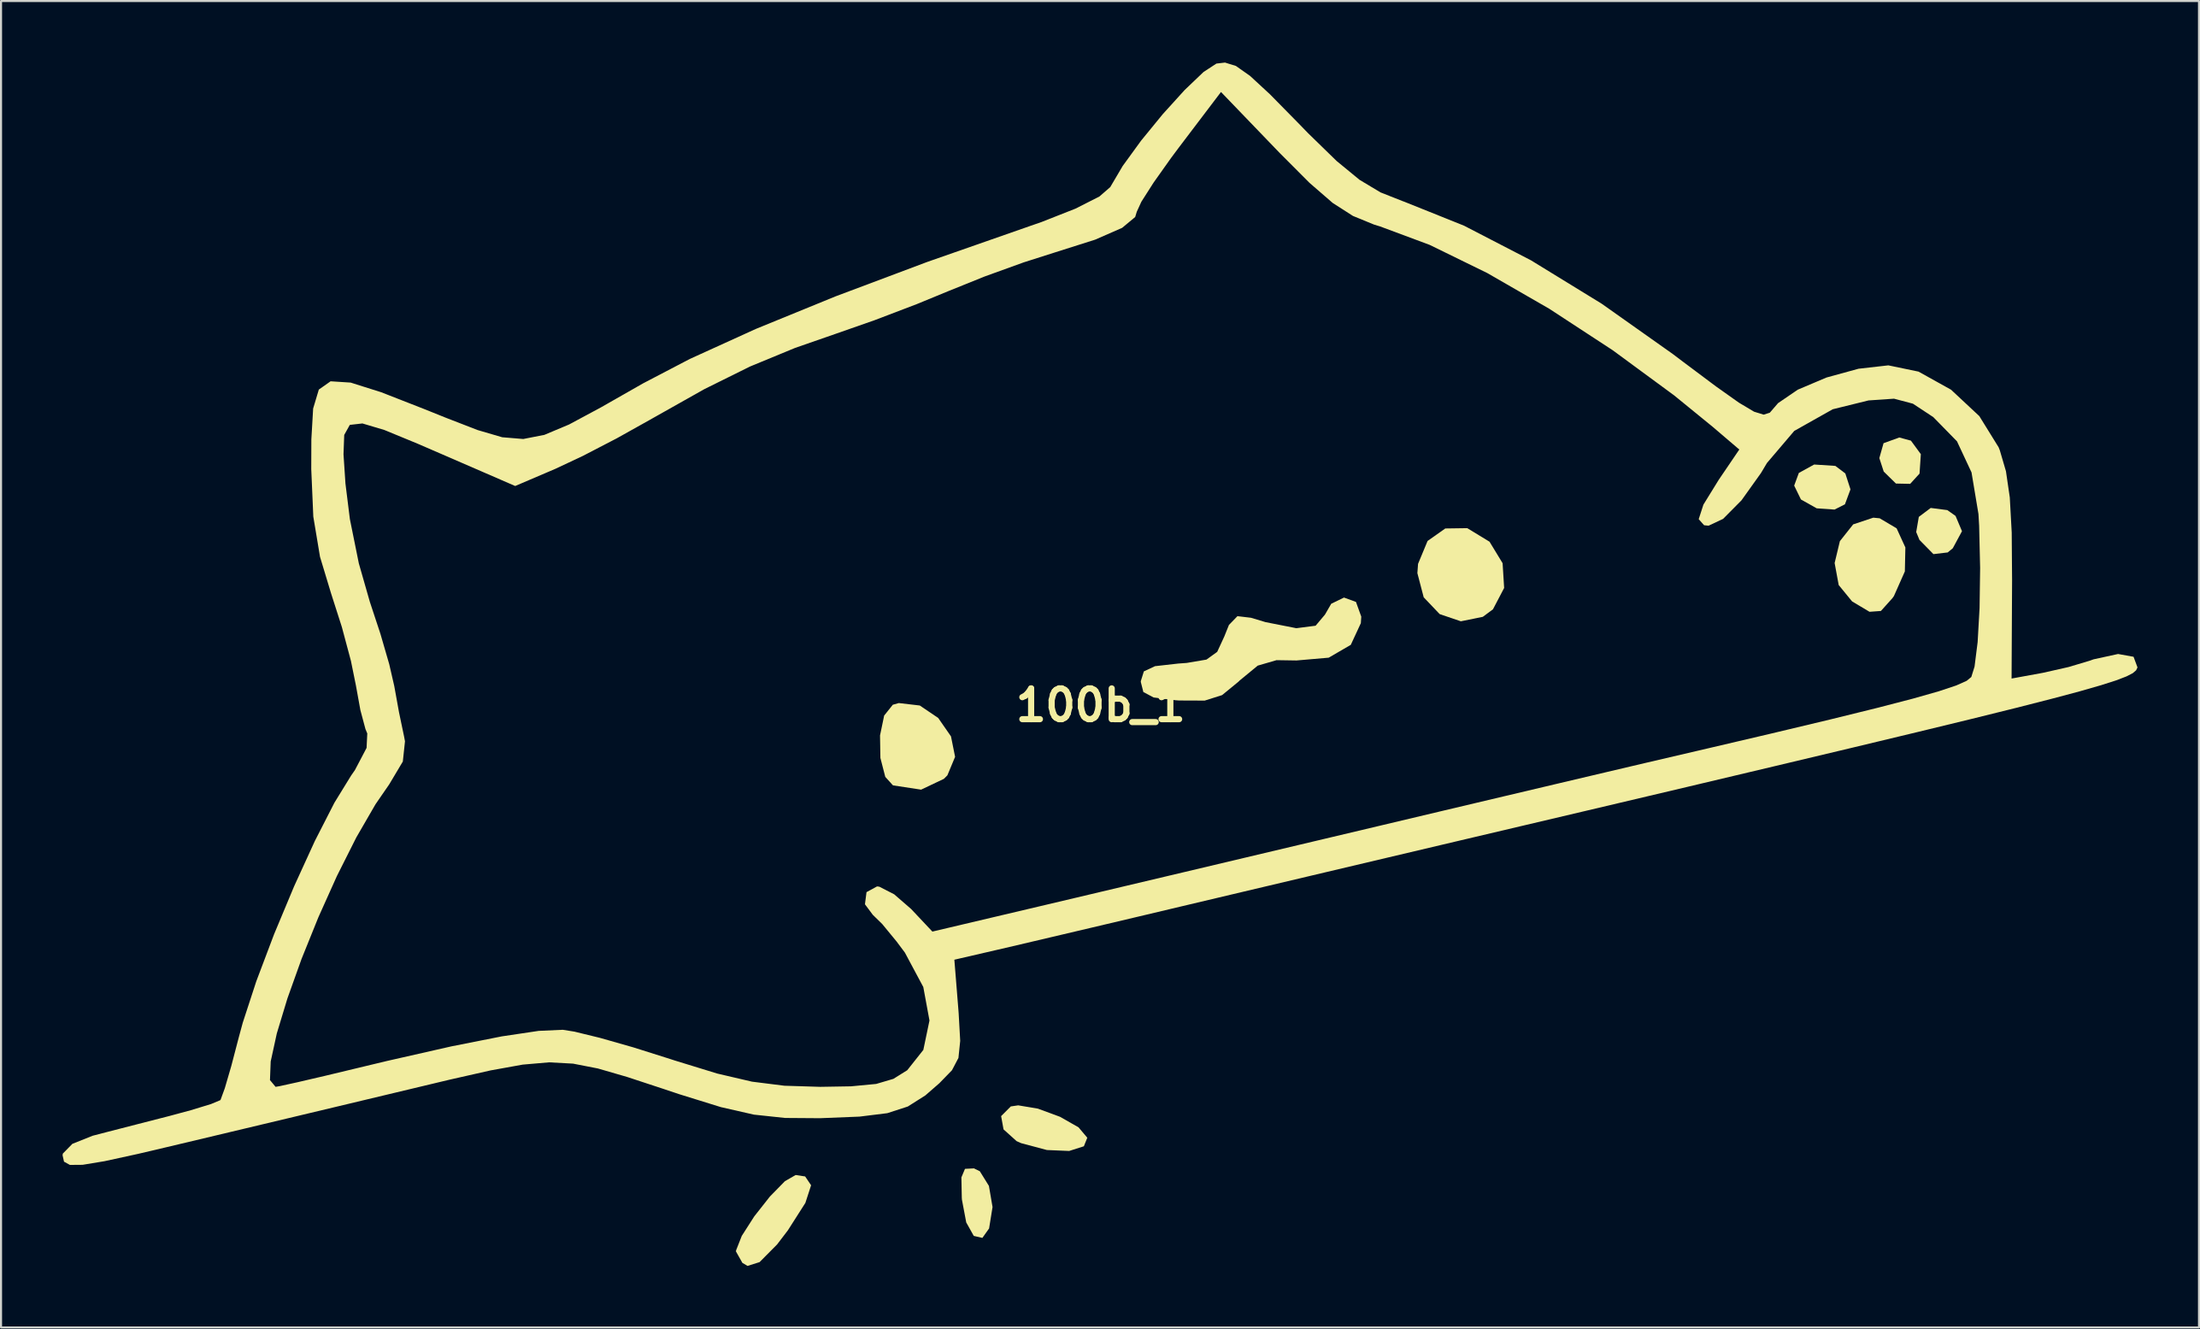
<source format=kicad_pcb>
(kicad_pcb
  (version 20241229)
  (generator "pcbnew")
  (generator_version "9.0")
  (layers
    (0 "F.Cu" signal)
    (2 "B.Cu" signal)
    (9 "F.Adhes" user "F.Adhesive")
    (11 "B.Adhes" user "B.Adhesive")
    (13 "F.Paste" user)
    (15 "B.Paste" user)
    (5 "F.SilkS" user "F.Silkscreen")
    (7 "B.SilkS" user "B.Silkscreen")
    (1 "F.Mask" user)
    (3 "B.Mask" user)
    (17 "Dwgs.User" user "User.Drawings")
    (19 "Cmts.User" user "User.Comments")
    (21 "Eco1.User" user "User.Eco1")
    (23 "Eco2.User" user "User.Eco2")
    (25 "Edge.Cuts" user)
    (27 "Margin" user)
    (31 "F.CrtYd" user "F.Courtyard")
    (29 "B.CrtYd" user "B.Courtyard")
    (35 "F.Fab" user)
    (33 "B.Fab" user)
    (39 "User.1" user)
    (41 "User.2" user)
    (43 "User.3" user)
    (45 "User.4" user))
  (footprint "100b_1"
    (layer "F.Cu")
    (at 50.605 27.265)
    (property "Reference" "100b_1" (at 0 4.064 0) (layer "F.SilkS") (effects (font (size 1.5 1.5) (thickness 0.3))))
    (attr board_only exclude_from_pos_files exclude_from_bom)
    (fp_poly (pts (xy 38.158 -8.71) (xy 37.953 -7.984) (xy 38.167 -7.327) (xy 38.763 -6.743) (xy 39.457 -6.729) (xy 39.913 -7.229) (xy 39.976 -8.176) (xy 39.493 -8.835) (xy 38.926 -8.988)) (stroke (width 0) (type solid)) (fill yes) (layer "F.SilkS"))
    (fp_poly (pts (xy 34.029 -7.26) (xy 33.802 -6.643) (xy 34.132 -5.967) (xy 34.899 -5.536) (xy 35.77 -5.475) (xy 36.276 -5.731) (xy 36.546 -6.46) (xy 36.295 -7.236) (xy 35.81 -7.603) (xy 34.777 -7.671)) (stroke (width 0) (type solid)) (fill yes) (layer "F.SilkS"))
    (fp_poly (pts (xy 39.877 -5.118) (xy 39.75 -4.379) (xy 39.909 -3.996) (xy 40.59 -3.303) (xy 41.286 -3.385) (xy 41.534 -3.59) (xy 41.982 -4.421) (xy 41.668 -5.165) (xy 41.267 -5.449) (xy 40.457 -5.554)) (stroke (width 0) (type solid)) (fill yes) (layer "F.SilkS"))
    (fp_poly (pts (xy -6.617 26.663) (xy -6.792 27.08) (xy -6.772 28.074) (xy -6.765 28.169) (xy -6.556 29.275) (xy -6.189 29.932) (xy -5.769 30.029) (xy -5.442 29.569) (xy -5.274 28.524) (xy -5.45 27.494) (xy -5.893 26.781) (xy -6.179 26.64)) (stroke (width 0) (type solid)) (fill yes) (layer "F.SilkS"))
    (fp_poly (pts (xy -4.384 23.62) (xy -4.855 24.092) (xy -4.738 24.739) (xy -4.101 25.312) (xy -3.882 25.41) (xy -2.624 25.745) (xy -1.538 25.791) (xy -0.822 25.563) (xy -0.655 25.146) (xy -1.082 24.639) (xy -1.983 24.126) (xy -3.063 23.728) (xy -4.023 23.567)) (stroke (width 0) (type solid)) (fill yes) (layer "F.SilkS"))
    (fp_poly (pts (xy 16.796 -4.554) (xy 15.932 -3.945) (xy 15.468 -2.829) (xy 15.435 -2.377) (xy 15.743 -1.198) (xy 16.521 -0.38) (xy 17.553 -0.029) (xy 18.624 -0.246) (xy 19.12 -0.614) (xy 19.664 -1.653) (xy 19.589 -2.861) (xy 18.952 -3.908) (xy 17.867 -4.569)) (stroke (width 0) (type solid)) (fill yes) (layer "F.SilkS"))
    (fp_poly (pts (xy -10.135 4.039) (xy -10.557 4.567) (xy -10.758 5.535) (xy -10.74 6.634) (xy -10.502 7.556) (xy -10.128 7.969) (xy -8.755 8.178) (xy -7.646 7.652) (xy -7.474 7.479) (xy -7.099 6.579) (xy -7.299 5.582) (xy -7.923 4.683) (xy -8.821 4.076) (xy -9.843 3.957)) (stroke (width 0) (type solid)) (fill yes) (layer "F.SilkS"))
    (fp_poly (pts (xy 36.679 -4.754) (xy 36.03 -3.936) (xy 35.774 -2.869) (xy 35.972 -1.796) (xy 36.624 -0.999) (xy 37.474 -0.492) (xy 38.03 -0.532) (xy 38.592 -1.158) (xy 38.664 -1.259) (xy 39.197 -2.46) (xy 39.222 -3.629) (xy 38.795 -4.561) (xy 37.969 -5.05) (xy 37.659 -5.08)) (stroke (width 0) (type solid)) (fill yes) (layer "F.SilkS"))
    (fp_poly (pts (xy -15.394 27.264) (xy -16.126 28.012) (xy -16.887 28.978) (xy -17.498 29.932) (xy -17.777 30.642) (xy -17.78 30.692) (xy -17.467 31.247) (xy -17.216 31.394) (xy -16.63 31.21) (xy -15.776 30.349) (xy -15.25 29.66) (xy -14.397 28.323) (xy -14.118 27.463) (xy -14.409 27.033) (xy -14.87 26.963)) (stroke (width 0) (type solid)) (fill yes) (layer "F.SilkS"))
    (fp_poly (pts (xy 11.236 -0.884) (xy 10.929 -0.353) (xy 10.474 0.187) (xy 9.534 0.308) (xy 8.033 0.012) (xy 7.323 -0.201) (xy 6.664 -0.279) (xy 6.249 0.15) (xy 6.022 0.715) (xy 5.678 1.46) (xy 5.155 1.838) (xy 4.191 2.001) (xy 3.779 2.031) (xy 2.646 2.159) (xy 2.102 2.413) (xy 1.954 2.888) (xy 1.954 2.931) (xy 2.078 3.42) (xy 2.58 3.685) (xy 3.649 3.82) (xy 3.818 3.832) (xy 5.069 3.837) (xy 5.915 3.57) (xy 6.717 2.913) (xy 6.775 2.855) (xy 7.654 2.132) (xy 8.571 1.866) (xy 9.542 1.881) (xy 11.113 1.745) (xy 12.189 1.119) (xy 12.679 0.063) (xy 12.7 -0.256) (xy 12.442 -0.972) (xy 11.858 -1.186)) (stroke (width 0) (type solid)) (fill yes) (layer "F.SilkS"))
    (fp_poly (pts (xy 5.638 -27.216) (xy 5.011 -26.806) (xy 4.091 -25.927) (xy 3.027 -24.754) (xy 1.97 -23.462) (xy 1.07 -22.224) (xy 0.476 -21.216) (xy 0.468 -21.198) (xy -0.063 -20.737) (xy -1.225 -20.147) (xy -2.892 -19.49) (xy -3.44 -19.3) (xy -8.46 -17.545) (xy -12.937 -15.864) (xy -16.813 -14.28) (xy -20.032 -12.816) (xy -22.303 -11.63) (xy -24.37 -10.452) (xy -25.918 -9.621) (xy -27.121 -9.116) (xy -28.149 -8.915) (xy -29.174 -9) (xy -30.37 -9.35) (xy -31.907 -9.945) (xy -32.969 -10.372) (xy -35.074 -11.195) (xy -36.562 -11.665) (xy -37.54 -11.728) (xy -38.114 -11.325) (xy -38.391 -10.4) (xy -38.478 -8.897) (xy -38.483 -7.448) (xy -38.383 -5.132) (xy -38.056 -3.172) (xy -37.519 -1.396) (xy -36.99 0.254) (xy -36.549 1.902) (xy -36.306 3.098) (xy -36.088 4.301) (xy -35.841 5.225) (xy -35.752 5.439) (xy -35.786 6.143) (xy -36.354 7.224) (xy -36.541 7.493) (xy -37.352 8.812) (xy -38.306 10.677) (xy -39.316 12.884) (xy -40.297 15.231) (xy -41.161 17.517) (xy -41.822 19.539) (xy -42.014 20.246) (xy -42.381 21.65) (xy -42.696 22.73) (xy -42.899 23.287) (xy -42.919 23.316) (xy -43.369 23.504) (xy -44.348 23.803) (xy -45.389 24.084) (xy -46.929 24.479) (xy -48.414 24.861) (xy -49.139 25.049) (xy -50.125 25.442) (xy -50.592 25.918) (xy -50.605 26.001) (xy -50.535 26.313) (xy -50.248 26.471) (xy -49.627 26.466) (xy -48.556 26.289) (xy -46.92 25.932) (xy -45.525 25.604) (xy -43.917 25.222) (xy -41.755 24.707) (xy -39.242 24.108) (xy -36.584 23.474) (xy -34.349 22.94) (xy -31.743 22.317) (xy -29.739 21.864) (xy -28.175 21.582) (xy -26.89 21.471) (xy -25.723 21.534) (xy -24.511 21.77) (xy -23.094 22.181) (xy -21.31 22.768) (xy -20.523 23.031) (xy -18.514 23.654) (xy -16.907 24.02) (xy -15.386 24.182) (xy -13.684 24.194) (xy -11.76 24.117) (xy -10.404 23.949) (xy -9.405 23.625) (xy -8.55 23.084) (xy -7.862 22.485) (xy -7.251 21.856) (xy -6.936 21.256) (xy -6.85 20.424) (xy -6.924 19.099) (xy -6.935 18.951) (xy -7.135 16.468) (xy -5.13 16.005) (xy -4.095 15.764) (xy -2.466 15.381) (xy -0.412 14.897) (xy 1.898 14.351) (xy 3.908 13.874) (xy 6.838 13.18) (xy 10.16 12.394) (xy 13.536 11.596) (xy 16.632 10.865) (xy 17.78 10.594) (xy 23.521 9.241) (xy 28.548 8.054) (xy 32.909 7.02) (xy 36.652 6.129) (xy 39.823 5.368) (xy 42.47 4.725) (xy 44.64 4.187) (xy 46.381 3.742) (xy 47.741 3.379) (xy 48.766 3.085) (xy 49.503 2.849) (xy 50.002 2.657) (xy 50.308 2.499) (xy 50.469 2.361) (xy 50.532 2.232) (xy 50.536 2.216) (xy 50.345 1.701) (xy 49.59 1.565) (xy 48.397 1.825) (xy 48.188 1.899) (xy 47.176 2.201) (xy 45.936 2.481) (xy 45.841 2.499) (xy 44.399 2.762) (xy 44.424 -2.038) (xy 44.419 -2.627) (xy 42.866 -2.627) (xy 42.839 -0.677) (xy 42.745 0.984) (xy 42.594 2.181) (xy 42.436 2.687) (xy 42.21 2.873) (xy 41.703 3.099) (xy 40.851 3.383) (xy 39.587 3.742) (xy 37.845 4.194) (xy 35.56 4.757) (xy 32.666 5.447) (xy 29.096 6.283) (xy 27.745 6.597) (xy 26.539 6.879) (xy 24.707 7.31) (xy 22.379 7.859) (xy 19.688 8.495) (xy 16.768 9.186) (xy 13.751 9.902) (xy 13.482 9.966) (xy 10.313 10.717) (xy 7.094 11.48) (xy 3.989 12.216) (xy 1.162 12.885) (xy -1.224 13.45) (xy -2.931 13.853) (xy -8.206 15.097) (xy -9.242 13.996) (xy -10.069 13.279) (xy -10.792 12.909) (xy -10.903 12.895) (xy -11.417 13.175) (xy -11.493 13.766) (xy -11.111 14.279) (xy -10.651 14.729) (xy -9.949 15.583) (xy -9.548 16.119) (xy -8.649 17.799) (xy -8.348 19.432) (xy -8.647 20.865) (xy -9.431 21.855) (xy -10.106 22.276) (xy -10.947 22.524) (xy -12.17 22.64) (xy -13.675 22.665) (xy -15.421 22.611) (xy -16.997 22.413) (xy -18.691 22.018) (xy -20.791 21.373) (xy -20.988 21.308) (xy -22.777 20.743) (xy -24.401 20.28) (xy -25.652 19.975) (xy -26.22 19.884) (xy -27.395 19.937) (xy -29.193 20.205) (xy -31.651 20.692) (xy -34.804 21.407) (xy -36.217 21.746) (xy -37.838 22.135) (xy -39.159 22.442) (xy -40.008 22.628) (xy -40.222 22.665) (xy -40.495 22.336) (xy -40.46 21.429) (xy -40.162 20.062) (xy -39.645 18.356) (xy -38.955 16.428) (xy -38.135 14.398) (xy -37.231 12.386) (xy -36.288 10.51) (xy -35.35 8.889) (xy -34.681 7.918) (xy -34.019 6.807) (xy -33.914 5.821) (xy -33.962 5.569) (xy -34.207 4.398) (xy -34.437 3.126) (xy -34.682 2.061) (xy -35.111 0.584) (xy -35.627 -0.977) (xy -36.164 -2.853) (xy -36.6 -5.009) (xy -36.816 -6.741) (xy -36.911 -8.17) (xy -36.876 -9.113) (xy -36.604 -9.603) (xy -35.989 -9.673) (xy -34.923 -9.356) (xy -33.3 -8.687) (xy -32.168 -8.197) (xy -28.542 -6.624) (xy -26.58 -7.462) (xy -25.246 -8.089) (xy -23.592 -8.947) (xy -21.965 -9.856) (xy -21.883 -9.903) (xy -19.326 -11.343) (xy -17.096 -12.448) (xy -14.898 -13.355) (xy -12.895 -14.051) (xy -11.035 -14.702) (xy -8.965 -15.491) (xy -7.434 -16.121) (xy -5.664 -16.835) (xy -3.761 -17.523) (xy -2.312 -17.985) (xy -0.271 -18.633) (xy 1.043 -19.208) (xy 1.679 -19.736) (xy 1.758 -19.994) (xy 1.981 -20.481) (xy 2.576 -21.413) (xy 3.433 -22.621) (xy 3.81 -23.126) (xy 5.862 -25.831) (xy 8.733 -22.848) (xy 10.18 -21.398) (xy 11.308 -20.421) (xy 12.296 -19.788) (xy 13.323 -19.367) (xy 13.618 -19.277) (xy 16.038 -18.376) (xy 18.839 -17.006) (xy 21.864 -15.264) (xy 24.953 -13.244) (xy 27.948 -11.043) (xy 29.826 -9.512) (xy 31.127 -8.402) (xy 30.12 -6.919) (xy 29.378 -5.716) (xy 29.148 -5.007) (xy 29.411 -4.711) (xy 29.63 -4.689) (xy 30.338 -5.022) (xy 31.234 -5.926) (xy 32.185 -7.258) (xy 32.475 -7.745) (xy 33.806 -9.309) (xy 35.682 -10.365) (xy 37.426 -10.795) (xy 38.669 -10.88) (xy 39.589 -10.637) (xy 40.583 -9.982) (xy 41.738 -8.802) (xy 42.447 -7.286) (xy 42.785 -5.258) (xy 42.818 -4.689) (xy 42.866 -2.627) (xy 44.419 -2.627) (xy 44.406 -4.355) (xy 44.312 -6.066) (xy 44.125 -7.344) (xy 43.826 -8.363) (xy 43.766 -8.514) (xy 42.826 -10.032) (xy 41.447 -11.319) (xy 39.863 -12.2) (xy 38.392 -12.505) (xy 36.938 -12.34) (xy 35.377 -11.912) (xy 33.979 -11.32) (xy 33.014 -10.662) (xy 32.858 -10.48) (xy 32.615 -10.198) (xy 32.314 -10.102) (xy 31.848 -10.246) (xy 31.11 -10.685) (xy 29.994 -11.476) (xy 28.393 -12.674) (xy 27.881 -13.061) (xy 24.419 -15.51) (xy 20.975 -17.624) (xy 17.708 -19.314) (xy 14.774 -20.491) (xy 14.725 -20.507) (xy 13.635 -20.938) (xy 12.618 -21.548) (xy 11.5 -22.466) (xy 10.11 -23.82) (xy 9.617 -24.328) (xy 8.248 -25.72) (xy 7.279 -26.615) (xy 6.588 -27.101) (xy 6.057 -27.265)) (stroke (width 0) (type solid)) (fill yes) (layer "F.SilkS")))
  (gr_rect
    (start -3 -3)
    (end 104.14 61.659)
    (stroke (width 0.1) (type default))
    (fill no)
    (layer "Edge.Cuts")))
</source>
